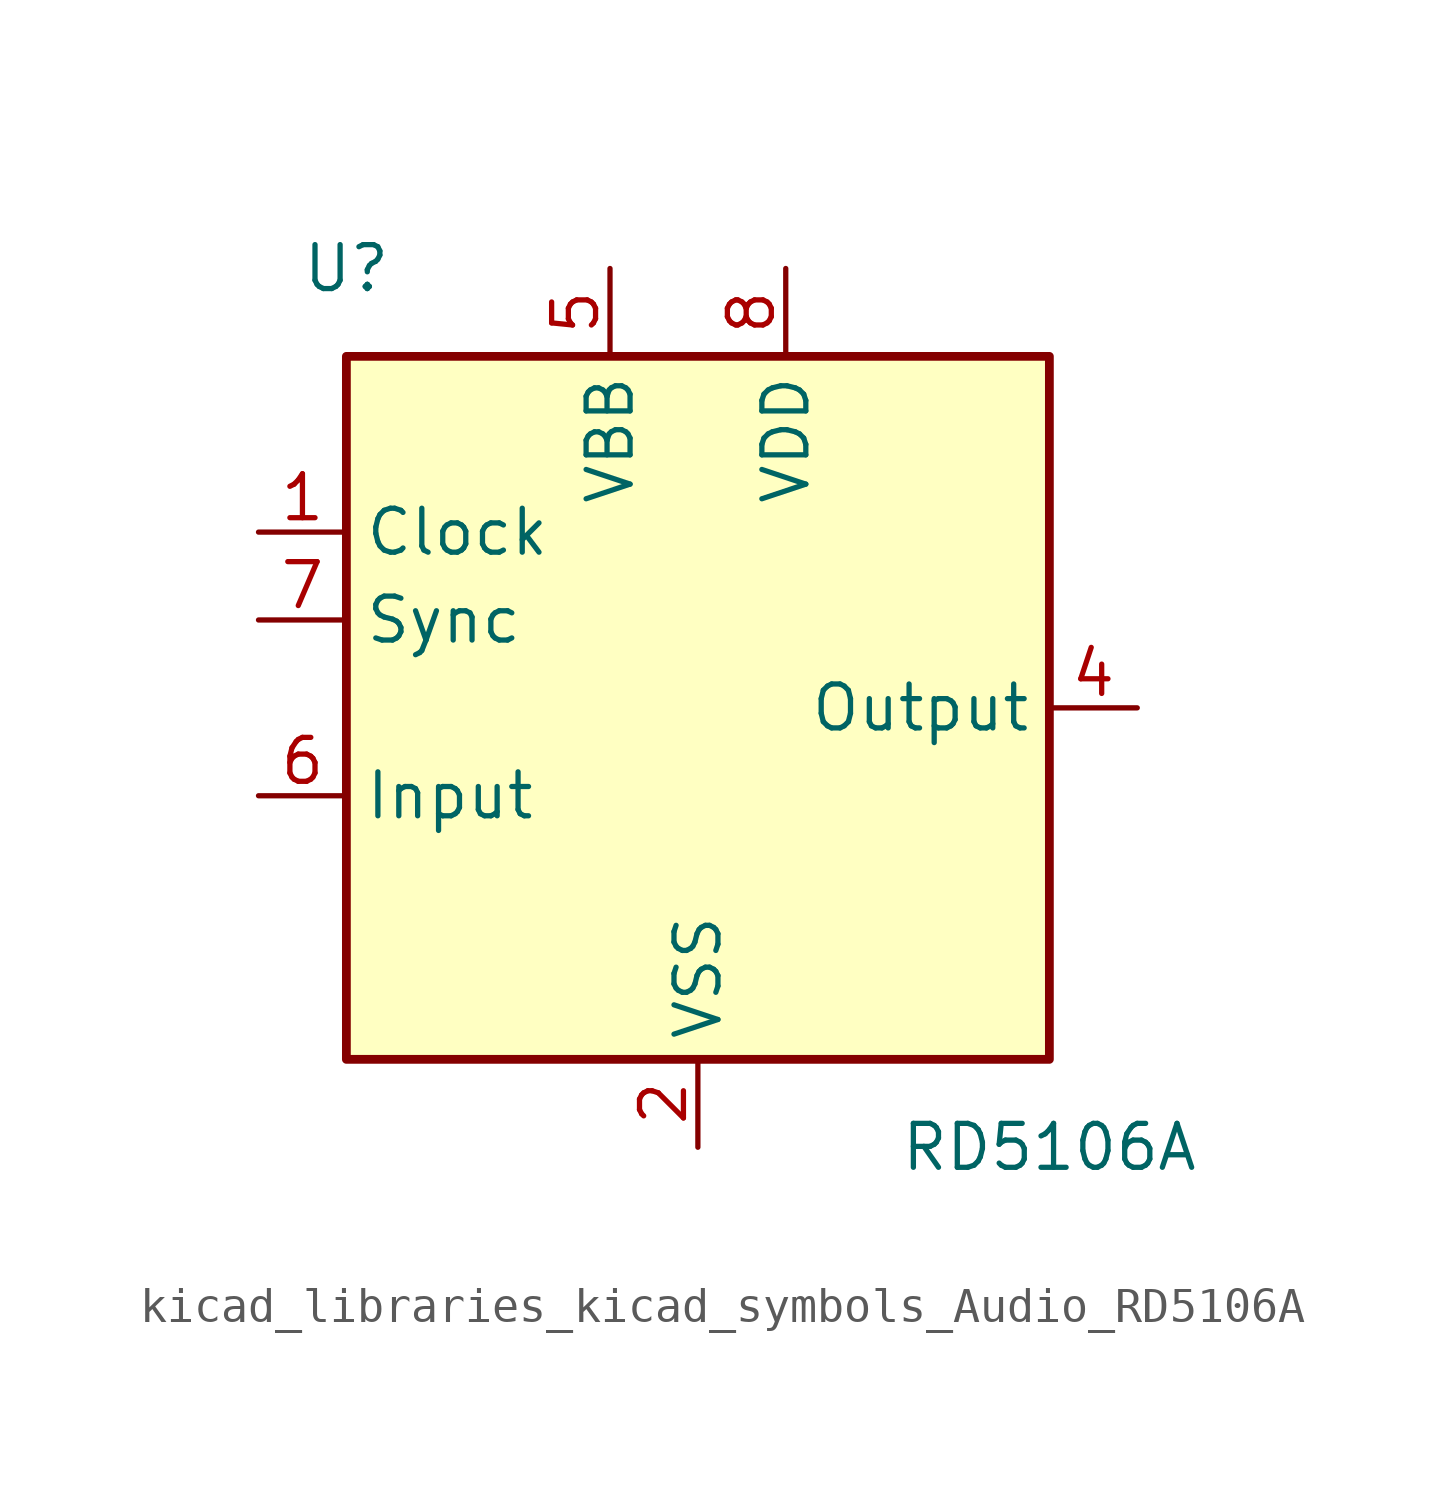
<source format=kicad_sym>
(kicad_symbol_lib
  (version 20220914)
  (generator kicad_symbol_editor)
  (symbol "kicad_libraries_kicad_symbols_Audio_RD5106A"
    (property "Reference" "U"
      (at -10.16 12.7 0)
      (effects (font (size 1.27 1.27))))
    (property "Value" "RD5106A"
      (at 10.16 -12.7 0)
      (effects (font (size 1.27 1.27))))
    (symbol "kicad_libraries_kicad_symbols_Audio_RD5106A_0_1"
      (rectangle (start -10.16 10.16) (end 10.16 -10.16) (stroke (width 0.254) (type default)) (fill (type background))))
    (symbol "kicad_libraries_kicad_symbols_Audio_RD5106A_1_1"
      (pin input line (at -12.7 5.08 0) (length 2.54) (name "Clock" (effects (font (size 1.27 1.27)))) (number "1" (effects (font (size 1.27 1.27)))))
      (pin power_in line (at 0 -12.7 90) (length 2.54) (name "VSS" (effects (font (size 1.27 1.27)))) (number "2" (effects (font (size 1.27 1.27)))))
      (pin no_connect line (at -10.16 -7.62 0) (length 2.54) hide (name "NC" (effects (font (size 1.27 1.27)))) (number "3" (effects (font (size 1.27 1.27)))))
      (pin output line (at 12.7 0 180) (length 2.54) (name "Output" (effects (font (size 1.27 1.27)))) (number "4" (effects (font (size 1.27 1.27)))))
      (pin power_in line (at -2.54 12.7 270) (length 2.54) (name "VBB" (effects (font (size 1.27 1.27)))) (number "5" (effects (font (size 1.27 1.27)))))
      (pin input line (at -12.7 -2.54 0) (length 2.54) (name "Input" (effects (font (size 1.27 1.27)))) (number "6" (effects (font (size 1.27 1.27)))))
      (pin input line (at -12.7 2.54 0) (length 2.54) (name "Sync" (effects (font (size 1.27 1.27)))) (number "7" (effects (font (size 1.27 1.27)))))
      (pin power_in line (at 2.54 12.7 270) (length 2.54) (name "VDD" (effects (font (size 1.27 1.27)))) (number "8" (effects (font (size 1.27 1.27))))))))
</source>
